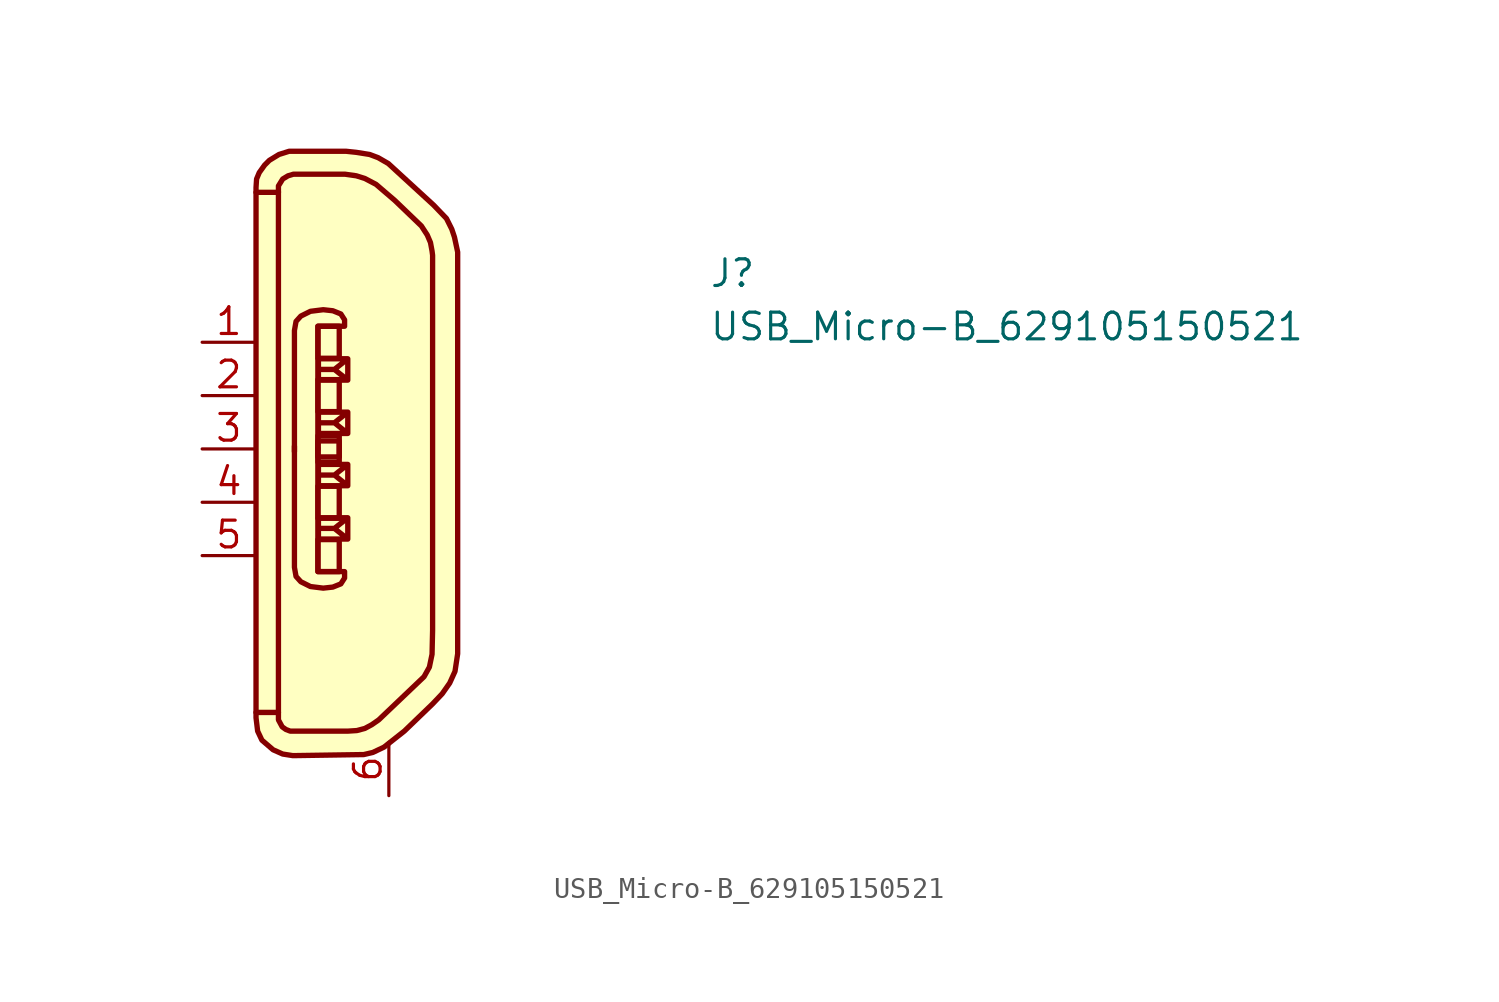
<source format=kicad_sym>
(kicad_symbol_lib
  (version 20211014)
  (generator kicad_symbol_editor)
  (symbol "USB_Micro-B_629105150521"
    (property "Reference" "J"
      (at 24.13 2.54 0)
      (effects (font (size 1.27 1.27) (thickness 0.15)) (justify left bottom)))
    (property "Value" "USB_Micro-B_629105150521"
      (at 24.13 0 0)
      (effects (font (size 1.27 1.27) (thickness 0.15)) (justify left bottom)))
    (symbol "USB_Micro-B_629105150521_1_1"
      (polyline (pts (xy 3.632 7.163) (xy 3.632 -17.628)) (stroke (width 0.254) (type default) (color 0 0 0 0)) (fill (type background)))
      (polyline (pts (xy 6.934 -9.373) (xy 6.934 -8.357) (xy 5.537 -8.357) (xy 5.537 -9.373) (xy 6.934 -9.373) (xy 6.299 -8.865) (xy 6.934 -8.357) (xy 5.537 -8.357) (xy 5.537 -8.865) (xy 6.299 -8.865)) (stroke (width 0.254) (type default) (color 0 0 0 0)) (fill (type background)))
      (polyline (pts (xy 6.934 -6.833) (xy 6.934 -5.817) (xy 5.537 -5.817) (xy 5.537 -6.833) (xy 6.934 -6.833) (xy 6.299 -6.325) (xy 6.934 -5.817) (xy 5.537 -5.817) (xy 5.537 -6.325) (xy 6.299 -6.325)) (stroke (width 0.254) (type default) (color 0 0 0 0)) (fill (type background)))
      (polyline (pts (xy 6.934 -3.327) (xy 6.934 -4.343) (xy 5.537 -4.343) (xy 5.537 -3.327) (xy 6.934 -3.327) (xy 6.299 -3.835) (xy 6.934 -4.343) (xy 5.537 -4.343) (xy 5.537 -3.835) (xy 6.299 -3.835)) (stroke (width 0.254) (type default) (color 0 0 0 0)) (fill (type background)))
      (polyline (pts (xy 6.934 -0.787) (xy 6.934 -1.803) (xy 5.537 -1.803) (xy 5.537 -0.787) (xy 6.934 -0.787) (xy 6.299 -1.295) (xy 6.934 -1.803) (xy 5.537 -1.803) (xy 5.537 -1.295) (xy 6.299 -1.295)) (stroke (width 0.254) (type default) (color 0 0 0 0)) (fill (type background)))
      (polyline (pts (xy 5.512 -5.105) (xy 5.512 0.762) (xy 6.782 0.762) (xy 6.782 1.067) (xy 6.604 1.346) (xy 6.223 1.499) (xy 5.766 1.549) (xy 5.156 1.473) (xy 4.699 1.245) (xy 4.47 0.991) (xy 4.394 0.559) (xy 4.394 -0.279) (xy 4.394 -5.207)) (stroke (width 0.254) (type default) (color 0 0 0 0)) (fill (type background)))
      (polyline (pts (xy 5.512 -5.055) (xy 5.512 -10.922) (xy 6.782 -10.922) (xy 6.782 -11.227) (xy 6.604 -11.506) (xy 6.223 -11.659) (xy 5.766 -11.709) (xy 5.156 -11.633) (xy 4.699 -11.405) (xy 4.47 -11.151) (xy 4.394 -10.719) (xy 4.394 -9.881) (xy 4.394 -4.953)) (stroke (width 0.254) (type default) (color 0 0 0 0)) (fill (type background)))
      (polyline (pts (xy 2.565 -17.628) (xy 3.581 -17.628) (xy 3.632 -17.628) (xy 3.632 -17.983) (xy 3.81 -18.313) (xy 3.988 -18.44) (xy 4.191 -18.517) (xy 6.96 -18.517) (xy 7.366 -18.491) (xy 7.747 -18.39) (xy 8.077 -18.212) (xy 8.407 -17.983) (xy 10.566 -15.926) (xy 10.82 -15.469) (xy 10.947 -14.859) (xy 10.973 -13.716) (xy 10.973 4.14) (xy 10.947 4.343) (xy 10.871 4.75) (xy 10.719 5.105) (xy 10.439 5.537) (xy 9.169 6.756) (xy 8.28 7.518) (xy 7.747 7.798) (xy 7.341 7.925) (xy 6.807 8.001) (xy 4.343 8.001) (xy 4.089 7.925) (xy 3.835 7.772) (xy 3.632 7.442) (xy 3.632 7.137) (xy 2.565 7.137)) (stroke (width 0.254) (type default) (color 0 0 0 0)) (fill (type background)))
      (polyline (pts (xy 2.565 -16.561) (xy 2.565 -17.882) (xy 2.642 -18.517) (xy 2.845 -18.948) (xy 3.378 -19.406) (xy 3.835 -19.609) (xy 4.318 -19.685) (xy 7.696 -19.634) (xy 8.128 -19.533) (xy 8.661 -19.279) (xy 9.627 -18.517) (xy 10.973 -17.221) (xy 11.43 -16.739) (xy 11.786 -16.231) (xy 12.04 -15.672) (xy 12.167 -14.834) (xy 12.167 4.293) (xy 12.014 5.004) (xy 11.887 5.385) (xy 11.633 5.893) (xy 11.024 6.528) (xy 8.865 8.509) (xy 8.382 8.788) (xy 7.976 8.941) (xy 7.341 9.042) (xy 6.858 9.093) (xy 4.14 9.093) (xy 3.658 8.941) (xy 3.2 8.661) (xy 2.972 8.433) (xy 2.718 8.077) (xy 2.591 7.772) (xy 2.565 7.366) (xy 2.565 -16.586)) (stroke (width 0.254) (type default) (color 0 0 0 0)) (fill (type background)))
      (rectangle (start 5.512 -10.922) (end 6.528 -9.398) (stroke (width 0.254) (type default) (color 0 0 0 0)) (fill (type background)))
      (rectangle (start 5.512 -6.858) (end 6.528 -8.382) (stroke (width 0.254) (type default) (color 0 0 0 0)) (fill (type background)))
      (rectangle (start 5.512 -5.461) (end 6.528 -4.445) (stroke (width 0.254) (type default) (color 0 0 0 0)) (fill (type background)))
      (rectangle (start 5.512 -4.699) (end 6.528 -5.715) (stroke (width 0.254) (type default) (color 0 0 0 0)) (fill (type background)))
      (rectangle (start 5.512 -3.302) (end 6.528 -1.778) (stroke (width 0.254) (type default) (color 0 0 0 0)) (fill (type background)))
      (rectangle (start 5.512 0.762) (end 6.528 -0.762) (stroke (width 0.254) (type default) (color 0 0 0 0)) (fill (type background)))
      (pin passive line (at 0 0 0) (length 2.54) (name "~" (effects (font (size 1.27 1.27)))) (number "1" (effects (font (size 1.27 1.27)))))
      (pin passive line (at 0 -2.54 0) (length 2.54) (name "~" (effects (font (size 1.27 1.27)))) (number "2" (effects (font (size 1.27 1.27)))))
      (pin passive line (at 0 -5.08 0) (length 2.54) (name "~" (effects (font (size 1.27 1.27)))) (number "3" (effects (font (size 1.27 1.27)))))
      (pin passive line (at 0 -7.62 0) (length 2.54) (name "~" (effects (font (size 1.27 1.27)))) (number "4" (effects (font (size 1.27 1.27)))))
      (pin passive line (at 0 -10.16 0) (length 2.54) (name "~" (effects (font (size 1.27 1.27)))) (number "5" (effects (font (size 1.27 1.27)))))
      (pin passive line (at 8.89 -21.59 90) (length 2.54) (name "~" (effects (font (size 1.27 1.27)))) (number "6" (effects (font (size 1.27 1.27))))))))
</source>
